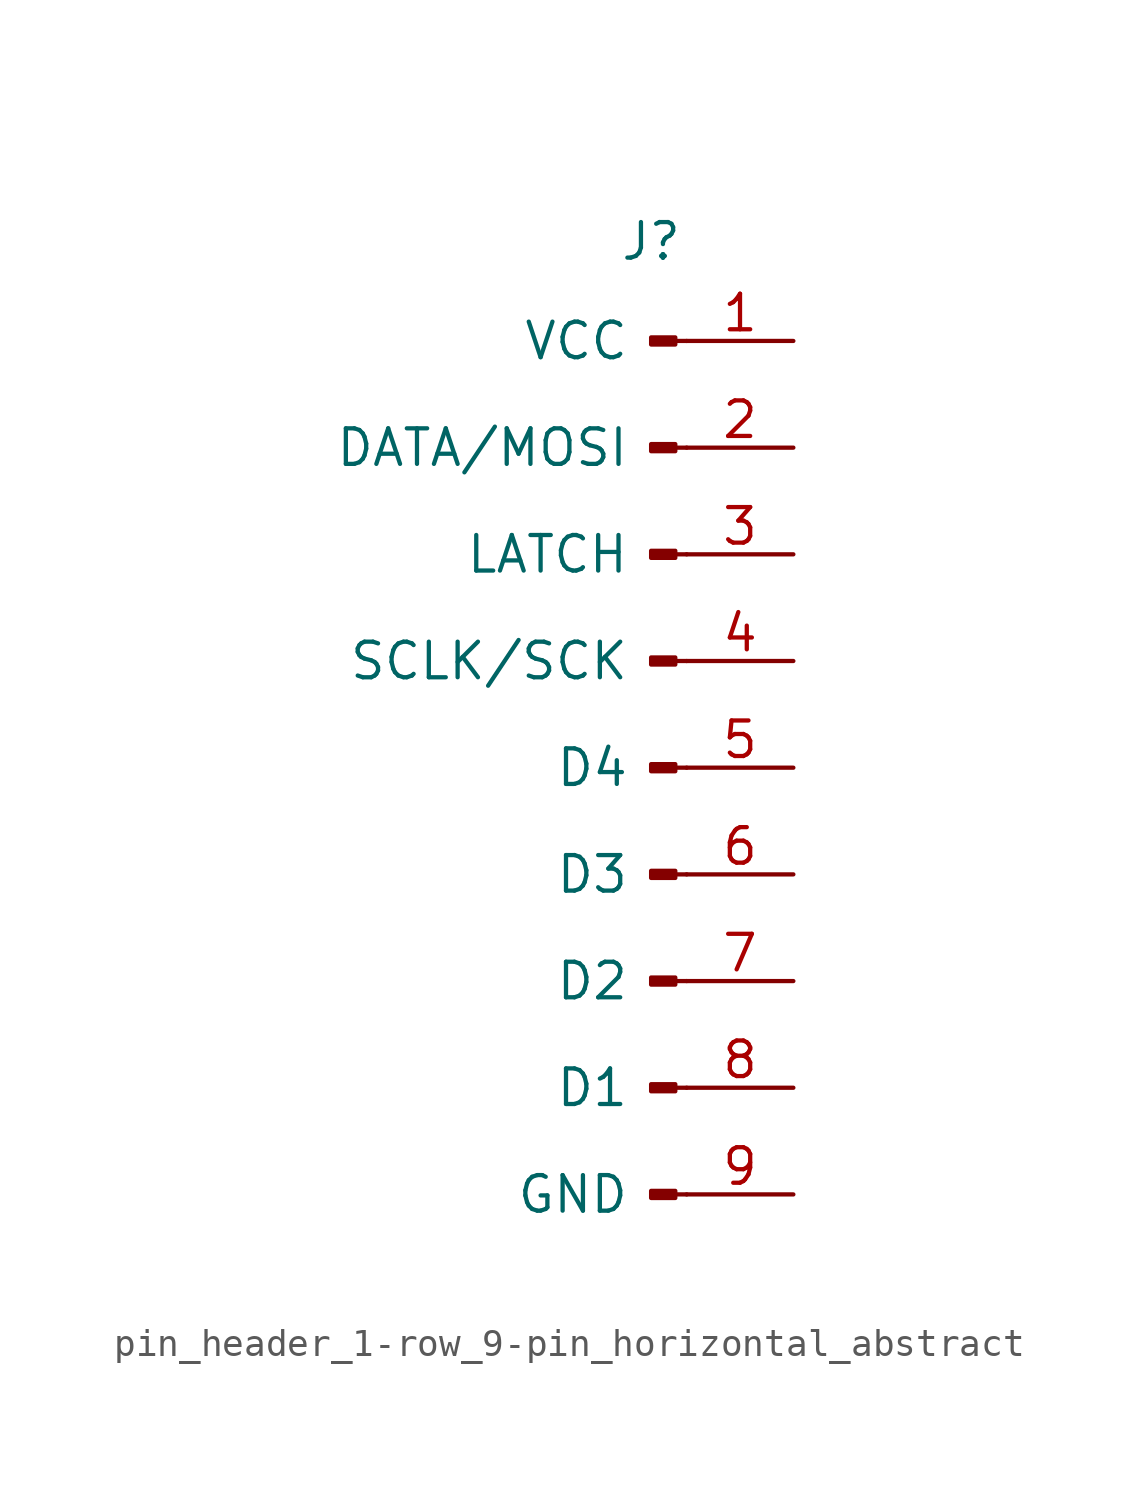
<source format=kicad_sym>
(kicad_symbol_lib
  (version 20241209)
  (generator "kicad_symbol_editor")
  (generator_version "9.0")
  (symbol "pin_header_1-row_9-pin_horizontal_abstract"
    (pin_names
      (offset 2.032))
    (property "Reference" "J"
      (at 0 18.796 0)
      (effects (font (size 1.27 1.27))))
    (symbol "pin_header_1-row_9-pin_horizontal_abstract_1_1"
      (rectangle (start 0.864 15.367) (end 0 15.113) (stroke (width 0.152) (type default)) (fill (type outline)))
      (rectangle (start 0.864 11.557) (end 0 11.303) (stroke (width 0.152) (type default)) (fill (type outline)))
      (rectangle (start 0.864 7.747) (end 0 7.493) (stroke (width 0.152) (type default)) (fill (type outline)))
      (rectangle (start 0.864 3.937) (end 0 3.683) (stroke (width 0.152) (type default)) (fill (type outline)))
      (rectangle (start 0.864 0.127) (end 0 -0.127) (stroke (width 0.152) (type default)) (fill (type outline)))
      (rectangle (start 0.864 -3.683) (end 0 -3.937) (stroke (width 0.152) (type default)) (fill (type outline)))
      (rectangle (start 0.864 -7.493) (end 0 -7.747) (stroke (width 0.152) (type default)) (fill (type outline)))
      (rectangle (start 0.864 -11.303) (end 0 -11.557) (stroke (width 0.152) (type default)) (fill (type outline)))
      (rectangle (start 0.864 -15.113) (end 0 -15.367) (stroke (width 0.152) (type default)) (fill (type outline)))
      (polyline (pts (xy 1.27 15.24) (xy 0.864 15.24)) (stroke (width 0.152) (type default)) (fill (type none)))
      (polyline (pts (xy 1.27 11.43) (xy 0.864 11.43)) (stroke (width 0.152) (type default)) (fill (type none)))
      (polyline (pts (xy 1.27 7.62) (xy 0.864 7.62)) (stroke (width 0.152) (type default)) (fill (type none)))
      (polyline (pts (xy 1.27 3.81) (xy 0.864 3.81)) (stroke (width 0.152) (type default)) (fill (type none)))
      (polyline (pts (xy 1.27 0) (xy 0.864 0)) (stroke (width 0.152) (type default)) (fill (type none)))
      (polyline (pts (xy 1.27 -3.81) (xy 0.864 -3.81)) (stroke (width 0.152) (type default)) (fill (type none)))
      (polyline (pts (xy 1.27 -7.62) (xy 0.864 -7.62)) (stroke (width 0.152) (type default)) (fill (type none)))
      (polyline (pts (xy 1.27 -11.43) (xy 0.864 -11.43)) (stroke (width 0.152) (type default)) (fill (type none)))
      (polyline (pts (xy 1.27 -15.24) (xy 0.864 -15.24)) (stroke (width 0.152) (type default)) (fill (type none)))
      (pin power_out line (at 5.08 15.24 180) (length 3.81) (name "VCC" (effects (font (size 1.27 1.27)))) (number "1" (effects (font (size 1.27 1.27)))))
      (pin output line (at 5.08 11.43 180) (length 3.81) (name "DATA/MOSI" (effects (font (size 1.27 1.27)))) (number "2" (effects (font (size 1.27 1.27)))))
      (pin output line (at 5.08 7.62 180) (length 3.81) (name "LATCH" (effects (font (size 1.27 1.27)))) (number "3" (effects (font (size 1.27 1.27)))))
      (pin output line (at 5.08 3.81 180) (length 3.81) (name "SCLK/SCK" (effects (font (size 1.27 1.27)))) (number "4" (effects (font (size 1.27 1.27)))))
      (pin output line (at 5.08 0 180) (length 3.81) (name "D4" (effects (font (size 1.27 1.27)))) (number "5" (effects (font (size 1.27 1.27)))))
      (pin output line (at 5.08 -3.81 180) (length 3.81) (name "D3" (effects (font (size 1.27 1.27)))) (number "6" (effects (font (size 1.27 1.27)))))
      (pin output line (at 5.08 -7.62 180) (length 3.81) (name "D2" (effects (font (size 1.27 1.27)))) (number "7" (effects (font (size 1.27 1.27)))))
      (pin output line (at 5.08 -11.43 180) (length 3.81) (name "D1" (effects (font (size 1.27 1.27)))) (number "8" (effects (font (size 1.27 1.27)))))
      (pin power_out line (at 5.08 -15.24 180) (length 3.81) (name "GND" (effects (font (size 1.27 1.27)))) (number "9" (effects (font (size 1.27 1.27))))))))
</source>
